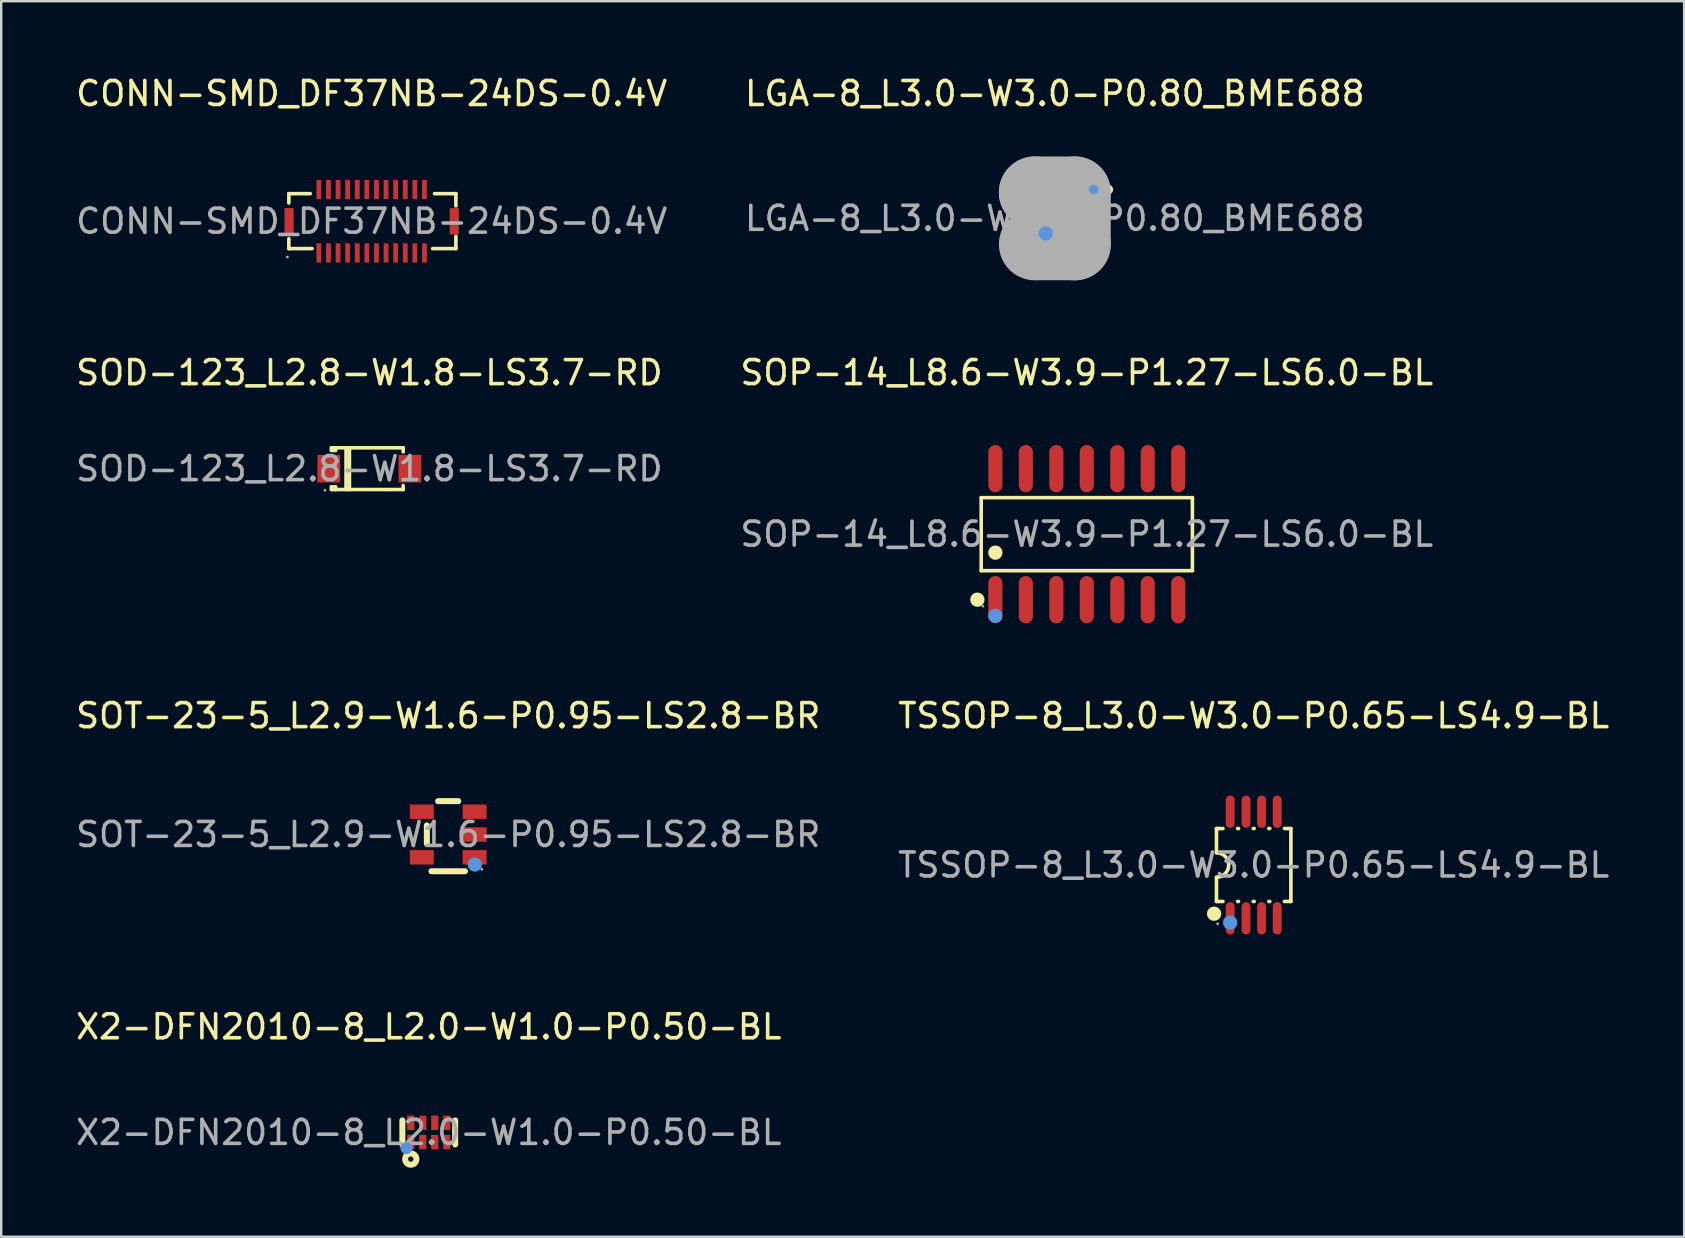
<source format=kicad_pcb>
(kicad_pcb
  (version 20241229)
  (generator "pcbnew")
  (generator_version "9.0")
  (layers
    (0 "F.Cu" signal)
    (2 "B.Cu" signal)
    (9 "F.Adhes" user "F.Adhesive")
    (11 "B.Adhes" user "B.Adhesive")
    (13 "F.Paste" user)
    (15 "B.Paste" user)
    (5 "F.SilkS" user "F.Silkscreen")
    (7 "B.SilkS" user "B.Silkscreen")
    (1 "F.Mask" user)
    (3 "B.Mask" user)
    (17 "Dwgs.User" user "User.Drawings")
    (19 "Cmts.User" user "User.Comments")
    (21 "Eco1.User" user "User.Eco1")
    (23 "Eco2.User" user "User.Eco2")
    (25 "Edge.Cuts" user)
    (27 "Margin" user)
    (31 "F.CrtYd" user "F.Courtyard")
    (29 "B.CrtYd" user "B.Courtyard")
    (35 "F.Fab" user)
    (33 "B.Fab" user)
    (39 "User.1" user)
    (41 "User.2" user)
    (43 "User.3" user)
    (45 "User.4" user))
  (footprint "LGA-8_L3.0-W3.0-P0.80_BME688"
    (layer "F.Cu")
    (at 40.899 6.048)
    (property "Reference" "LGA-8_L3.0-W3.0-P0.80_BME688" (at 0 -5.2 0) (layer "F.SilkS") (effects (font (size 1 1) (thickness 0.15))))
    (attr smd)
    (fp_line (start -1.58 -1.57) (end 1.58 -1.57) (stroke (width 0.15) (type solid)) (layer "F.SilkS"))
    (fp_line (start -1.58 1.58) (end 1.58 1.58) (stroke (width 0.15) (type solid)) (layer "F.SilkS"))
    (fp_circle (center -0.38 0.63) (end -0.13 0.63) (stroke (width 0.15) (type solid)) (fill no) (layer "F.SilkS"))
    (fp_circle (center 2.23 -1.2) (end 2.33 -1.2) (stroke (width 0.2) (type solid)) (fill no) (layer "F.SilkS"))
    (fp_circle (center -0.38 0.63) (end -0.23 0.63) (stroke (width 0.3) (type solid)) (fill no) (layer "Cmts.User"))
    (fp_circle (center 1.62 -1.2) (end 1.72 -1.2) (stroke (width 0.2) (type solid)) (fill no) (layer "Cmts.User"))
    (fp_line (start -0.83 -1.08) (end -0.83 -1.08) (stroke (width 3) (type solid)) (layer "F.Fab"))
    (fp_line (start -0.83 -1.08) (end 0.83 -1.08) (stroke (width 3) (type solid)) (layer "F.Fab"))
    (fp_line (start 0.83 -1.08) (end 0.83 1.08) (stroke (width 3) (type solid)) (layer "F.Fab"))
    (fp_line (start 0.83 1.08) (end -0.83 1.08) (stroke (width 3) (type solid)) (layer "F.Fab"))
    (fp_circle (center -1.5 -1.5) (end -1.47 -1.5) (stroke (width 0.06) (type solid)) (fill no) (layer "F.Fab"))
    (fp_text user "${REFERENCE}" (at 0 0 0) (layer "F.Fab") (effects (font (size 1 1) (thickness 0.15))))
    (pad "1" smd rect (at 1.42 -1.2 270) (size 0.45 0.89) (layers "F.Cu" "F.Mask" "F.Paste"))
    (pad "2" smd rect (at 1.42 -0.4 270) (size 0.45 0.89) (layers "F.Cu" "F.Mask" "F.Paste"))
    (pad "3" smd rect (at 1.42 0.4 270) (size 0.45 0.89) (layers "F.Cu" "F.Mask" "F.Paste"))
    (pad "4" smd rect (at 1.42 1.2 270) (size 0.45 0.89) (layers "F.Cu" "F.Mask" "F.Paste"))
    (pad "5" smd rect (at -1.42 1.2 270) (size 0.45 0.89) (layers "F.Cu" "F.Mask" "F.Paste"))
    (pad "6" smd rect (at -1.42 0.4 270) (size 0.45 0.89) (layers "F.Cu" "F.Mask" "F.Paste"))
    (pad "7" smd rect (at -1.42 -0.4 270) (size 0.45 0.89) (layers "F.Cu" "F.Mask" "F.Paste"))
    (pad "8" smd rect (at -1.42 -1.2 270) (size 0.45 0.89) (layers "F.Cu" "F.Mask" "F.Paste")))
  (footprint "X2-DFN2010-8_L2.0-W1.0-P0.50-BL"
    (layer "F.Cu")
    (at 14.815 44.133)
    (property "Reference" "X2-DFN2010-8_L2.0-W1.0-P0.50-BL" (at 0 -4.4 0) (layer "F.SilkS") (effects (font (size 1 1) (thickness 0.15))))
    (attr smd)
    (fp_line (start -1.1 -0.5) (end -1.1 0.5) (stroke (width 0.25) (type solid)) (layer "F.SilkS"))
    (fp_line (start 1.1 -0.5) (end 1.1 0.5) (stroke (width 0.25) (type solid)) (layer "F.SilkS"))
    (fp_circle (center -0.75 1.11) (end -0.64 1.11) (stroke (width 0.25) (type solid)) (fill no) (layer "F.SilkS"))
    (fp_circle (center -0.93 0.65) (end -0.8 0.65) (stroke (width 0.25) (type solid)) (fill no) (layer "Cmts.User"))
    (fp_circle (center -1 0.5) (end -0.97 0.5) (stroke (width 0.06) (type solid)) (fill no) (layer "F.Fab"))
    (fp_text user "${REFERENCE}" (at 0 0 0) (layer "F.Fab") (effects (font (size 1 1) (thickness 0.15))))
    (pad "1" smd rect (at -0.75 0.4) (size 0.3 0.6) (layers "F.Cu" "F.Mask" "F.Paste"))
    (pad "2" smd rect (at -0.25 0.4) (size 0.3 0.6) (layers "F.Cu" "F.Mask" "F.Paste"))
    (pad "3" smd rect (at 0.25 0.4) (size 0.3 0.6) (layers "F.Cu" "F.Mask" "F.Paste"))
    (pad "4" smd rect (at 0.75 0.4) (size 0.3 0.6) (layers "F.Cu" "F.Mask" "F.Paste"))
    (pad "5" smd rect (at 0.75 -0.4) (size 0.3 0.6) (layers "F.Cu" "F.Mask" "F.Paste"))
    (pad "6" smd rect (at 0.25 -0.4) (size 0.3 0.6) (layers "F.Cu" "F.Mask" "F.Paste"))
    (pad "7" smd rect (at -0.25 -0.4) (size 0.3 0.6) (layers "F.Cu" "F.Mask" "F.Paste"))
    (pad "8" smd rect (at -0.75 -0.4) (size 0.3 0.6) (layers "F.Cu" "F.Mask" "F.Paste")))
  (footprint "SOD-123_L2.8-W1.8-LS3.7-RD"
    (layer "F.Cu")
    (at 12.339 16.477)
    (property "Reference" "SOD-123_L2.8-W1.8-LS3.7-RD" (at 0 -4 0) (layer "F.SilkS") (effects (font (size 1 1) (thickness 0.15))))
    (attr smd)
    (fp_line (start -1.58 -0.87) (end -1.41 -0.87) (stroke (width 0.15) (type solid)) (layer "F.SilkS"))
    (fp_line (start -1.58 -0.76) (end -1.58 -0.87) (stroke (width 0.15) (type solid)) (layer "F.SilkS"))
    (fp_line (start -1.58 -0.76) (end -1.41 -0.76) (stroke (width 0.15) (type solid)) (layer "F.SilkS"))
    (fp_line (start -1.58 0.76) (end -1.41 0.76) (stroke (width 0.15) (type solid)) (layer "F.SilkS"))
    (fp_line (start -1.58 0.87) (end -1.58 0.76) (stroke (width 0.15) (type solid)) (layer "F.SilkS"))
    (fp_line (start -1.41 -0.87) (end -1.41 -0.76) (stroke (width 0.15) (type solid)) (layer "F.SilkS"))
    (fp_line (start -1.41 -0.87) (end 1.41 -0.87) (stroke (width 0.15) (type solid)) (layer "F.SilkS"))
    (fp_line (start -1.41 0.76) (end -1.41 0.87) (stroke (width 0.15) (type solid)) (layer "F.SilkS"))
    (fp_line (start -1.41 0.87) (end -1.58 0.87) (stroke (width 0.15) (type solid)) (layer "F.SilkS"))
    (fp_line (start -1.41 0.87) (end 1.41 0.87) (stroke (width 0.15) (type solid)) (layer "F.SilkS"))
    (fp_line (start -0.97 -0.87) (end -0.97 0.87) (stroke (width 0.15) (type solid)) (layer "F.SilkS"))
    (fp_line (start -0.83 -0.87) (end -0.83 0.87) (stroke (width 0.15) (type solid)) (layer "F.SilkS"))
    (fp_line (start 1.41 -0.87) (end 1.41 -0.7) (stroke (width 0.15) (type solid)) (layer "F.SilkS"))
    (fp_line (start 1.41 0.87) (end 1.41 0.7) (stroke (width 0.15) (type solid)) (layer "F.SilkS"))
    (fp_circle (center -1.85 0.9) (end -1.82 0.9) (stroke (width 0.06) (type solid)) (fill no) (layer "F.Fab"))
    (fp_text user "${REFERENCE}" (at 0 0 0) (layer "F.Fab") (effects (font (size 1 1) (thickness 0.15))))
    (pad "1" smd rect (at -1.69 0) (size 0.95 1.15) (layers "F.Cu" "F.Mask" "F.Paste"))
    (pad "2" smd rect (at 1.69 0) (size 0.95 1.15) (layers "F.Cu" "F.Mask" "F.Paste")))
  (footprint "CONN-SMD_DF37NB-24DS-0.4V"
    (layer "F.Cu")
    (at 12.435 6.168)
    (property "Reference" "CONN-SMD_DF37NB-24DS-0.4V" (at 0 -5.32 0) (layer "F.SilkS") (effects (font (size 1 1) (thickness 0.15))))
    (attr smd)
    (fp_line (start -3.45 -1.15) (end -3.45 -0.76) (stroke (width 0.15) (type solid)) (layer "F.SilkS"))
    (fp_line (start -3.45 0.73) (end -3.45 1.14) (stroke (width 0.15) (type solid)) (layer "F.SilkS"))
    (fp_line (start -3.45 1.14) (end -2.48 1.14) (stroke (width 0.15) (type solid)) (layer "F.SilkS"))
    (fp_line (start -2.56 -1.15) (end -3.45 -1.15) (stroke (width 0.15) (type solid)) (layer "F.SilkS"))
    (fp_line (start 2.62 -1.15) (end 3.51 -1.15) (stroke (width 0.15) (type solid)) (layer "F.SilkS"))
    (fp_line (start 3.51 -1.15) (end 3.51 -0.64) (stroke (width 0.15) (type solid)) (layer "F.SilkS"))
    (fp_line (start 3.51 0.63) (end 3.51 1.14) (stroke (width 0.15) (type solid)) (layer "F.SilkS"))
    (fp_line (start 3.51 1.14) (end 2.54 1.14) (stroke (width 0.15) (type solid)) (layer "F.SilkS"))
    (fp_circle (center -3.51 1.49) (end -3.48 1.49) (stroke (width 0.06) (type solid)) (fill no) (layer "F.Fab"))
    (fp_text user "${REFERENCE}" (at 0 0 0) (layer "F.Fab") (effects (font (size 1 1) (thickness 0.15))))
    (pad "1" smd rect (at -2.2 1.32) (size 0.2 0.8) (layers "F.Cu" "F.Mask" "F.Paste"))
    (pad "2" smd rect (at -2.2 -1.32) (size 0.2 0.8) (layers "F.Cu" "F.Mask" "F.Paste"))
    (pad "3" smd rect (at -1.8 1.32) (size 0.2 0.8) (layers "F.Cu" "F.Mask" "F.Paste"))
    (pad "4" smd rect (at -1.8 -1.32) (size 0.2 0.8) (layers "F.Cu" "F.Mask" "F.Paste"))
    (pad "5" smd rect (at -1.4 1.32) (size 0.2 0.8) (layers "F.Cu" "F.Mask" "F.Paste"))
    (pad "6" smd rect (at -1.4 -1.32) (size 0.2 0.8) (layers "F.Cu" "F.Mask" "F.Paste"))
    (pad "7" smd rect (at -1 1.32) (size 0.2 0.8) (layers "F.Cu" "F.Mask" "F.Paste"))
    (pad "8" smd rect (at -1 -1.32) (size 0.2 0.8) (layers "F.Cu" "F.Mask" "F.Paste"))
    (pad "9" smd rect (at -0.6 1.32) (size 0.2 0.8) (layers "F.Cu" "F.Mask" "F.Paste"))
    (pad "10" smd rect (at -0.6 -1.32) (size 0.2 0.8) (layers "F.Cu" "F.Mask" "F.Paste"))
    (pad "11" smd rect (at -0.2 1.32) (size 0.2 0.8) (layers "F.Cu" "F.Mask" "F.Paste"))
    (pad "12" smd rect (at -0.2 -1.32) (size 0.2 0.8) (layers "F.Cu" "F.Mask" "F.Paste"))
    (pad "13" smd rect (at 0.2 1.32) (size 0.2 0.8) (layers "F.Cu" "F.Mask" "F.Paste"))
    (pad "14" smd rect (at 0.2 -1.32) (size 0.2 0.8) (layers "F.Cu" "F.Mask" "F.Paste"))
    (pad "15" smd rect (at 0.6 1.32) (size 0.2 0.8) (layers "F.Cu" "F.Mask" "F.Paste"))
    (pad "16" smd rect (at 0.6 -1.32) (size 0.2 0.8) (layers "F.Cu" "F.Mask" "F.Paste"))
    (pad "17" smd rect (at 1 1.32) (size 0.2 0.8) (layers "F.Cu" "F.Mask" "F.Paste"))
    (pad "18" smd rect (at 1 -1.32) (size 0.2 0.8) (layers "F.Cu" "F.Mask" "F.Paste"))
    (pad "19" smd rect (at 1.4 1.32) (size 0.2 0.8) (layers "F.Cu" "F.Mask" "F.Paste"))
    (pad "20" smd rect (at 1.4 -1.32) (size 0.2 0.8) (layers "F.Cu" "F.Mask" "F.Paste"))
    (pad "21" smd rect (at 1.8 1.32) (size 0.2 0.8) (layers "F.Cu" "F.Mask" "F.Paste"))
    (pad "22" smd rect (at 1.8 -1.32) (size 0.2 0.8) (layers "F.Cu" "F.Mask" "F.Paste"))
    (pad "23" smd rect (at 2.2 1.32) (size 0.2 0.8) (layers "F.Cu" "F.Mask" "F.Paste"))
    (pad "24" smd rect (at 2.2 -1.32) (size 0.2 0.8) (layers "F.Cu" "F.Mask" "F.Paste"))
    (pad "25" smd rect (at 3.44 0) (size 0.38 1.1) (layers "F.Cu" "F.Mask" "F.Paste"))
    (pad "26" smd rect (at -3.44 0) (size 0.38 1.1) (layers "F.Cu" "F.Mask" "F.Paste")))
  (footprint "TSSOP-8_L3.0-W3.0-P0.65-LS4.9-BL"
    (layer "F.Cu")
    (at 49.185 32.99)
    (property "Reference" "TSSOP-8_L3.0-W3.0-P0.65-LS4.9-BL" (at 0 -6.22 0) (layer "F.SilkS") (effects (font (size 1 1) (thickness 0.15))))
    (attr smd)
    (fp_line (start -1.55 -1.52) (end -1.28 -1.52) (stroke (width 0.15) (type solid)) (layer "F.SilkS"))
    (fp_line (start -1.55 -0.51) (end -1.55 -1.52) (stroke (width 0.15) (type solid)) (layer "F.SilkS"))
    (fp_line (start -1.55 1.52) (end -1.55 0.51) (stroke (width 0.15) (type solid)) (layer "F.SilkS"))
    (fp_line (start -1.55 1.52) (end -1.28 1.52) (stroke (width 0.15) (type solid)) (layer "F.SilkS"))
    (fp_line (start -0.67 -1.52) (end -0.63 -1.52) (stroke (width 0.15) (type solid)) (layer "F.SilkS"))
    (fp_line (start -0.67 1.52) (end -0.63 1.52) (stroke (width 0.15) (type solid)) (layer "F.SilkS"))
    (fp_line (start -0.02 -1.52) (end 0.02 -1.52) (stroke (width 0.15) (type solid)) (layer "F.SilkS"))
    (fp_line (start -0.02 1.52) (end 0.02 1.52) (stroke (width 0.15) (type solid)) (layer "F.SilkS"))
    (fp_line (start 0.63 -1.52) (end 0.67 -1.52) (stroke (width 0.15) (type solid)) (layer "F.SilkS"))
    (fp_line (start 0.63 1.52) (end 0.67 1.52) (stroke (width 0.15) (type solid)) (layer "F.SilkS"))
    (fp_line (start 1.28 -1.52) (end 1.55 -1.52) (stroke (width 0.15) (type solid)) (layer "F.SilkS"))
    (fp_line (start 1.28 1.52) (end 1.55 1.52) (stroke (width 0.15) (type solid)) (layer "F.SilkS"))
    (fp_line (start 1.55 -1.52) (end 1.55 1.52) (stroke (width 0.15) (type solid)) (layer "F.SilkS"))
    (fp_arc (start -1.55 -0.51) (mid -1.04 0) (end -1.55 0.51) (stroke (width 0.15) (type solid)) (layer "F.SilkS"))
    (fp_circle (center -1.65 2.03) (end -1.5 2.03) (stroke (width 0.3) (type solid)) (fill no) (layer "F.SilkS"))
    (fp_circle (center -0.98 2.4) (end -0.83 2.4) (stroke (width 0.3) (type solid)) (fill no) (layer "Cmts.User"))
    (fp_circle (center -1.5 2.45) (end -1.47 2.45) (stroke (width 0.06) (type solid)) (fill no) (layer "F.Fab"))
    (fp_text user "${REFERENCE}" (at 0 0 0) (layer "F.Fab") (effects (font (size 1 1) (thickness 0.15))))
    (pad "1" smd oval (at -0.98 2.22) (size 0.37 1.35) (layers "F.Cu" "F.Mask" "F.Paste"))
    (pad "2" smd oval (at -0.32 2.22) (size 0.37 1.35) (layers "F.Cu" "F.Mask" "F.Paste"))
    (pad "3" smd oval (at 0.33 2.22) (size 0.37 1.35) (layers "F.Cu" "F.Mask" "F.Paste"))
    (pad "4" smd oval (at 0.98 2.22) (size 0.37 1.35) (layers "F.Cu" "F.Mask" "F.Paste"))
    (pad "5" smd oval (at 0.98 -2.22) (size 0.37 1.35) (layers "F.Cu" "F.Mask" "F.Paste"))
    (pad "6" smd oval (at 0.33 -2.22) (size 0.37 1.35) (layers "F.Cu" "F.Mask" "F.Paste"))
    (pad "7" smd oval (at -0.32 -2.22) (size 0.37 1.35) (layers "F.Cu" "F.Mask" "F.Paste"))
    (pad "8" smd oval (at -0.98 -2.22) (size 0.37 1.35) (layers "F.Cu" "F.Mask" "F.Paste")))
  (footprint "SOT-23-5_L2.9-W1.6-P0.95-LS2.8-BR"
    (layer "F.Cu")
    (at 15.625 31.72)
    (property "Reference" "SOT-23-5_L2.9-W1.6-P0.95-LS2.8-BR" (at 0 -4.95 0) (layer "F.SilkS") (effects (font (size 1 1) (thickness 0.15))))
    (attr smd)
    (fp_line (start -0.89 0.38) (end -0.89 -0.38) (stroke (width 0.25) (type solid)) (layer "F.SilkS"))
    (fp_line (start -0.7 1.53) (end 0.7 1.53) (stroke (width 0.25) (type solid)) (layer "F.SilkS"))
    (fp_line (start -0.42 -1.39) (end 0.42 -1.39) (stroke (width 0.25) (type solid)) (layer "F.SilkS"))
    (fp_circle (center 1.11 1.25) (end 1.26 1.25) (stroke (width 0.3) (type solid)) (fill no) (layer "Cmts.User"))
    (fp_circle (center 1.4 1.45) (end 1.43 1.45) (stroke (width 0.06) (type solid)) (fill no) (layer "F.Fab"))
    (fp_text user "${REFERENCE}" (at 0 0 0) (layer "F.Fab") (effects (font (size 1 1) (thickness 0.15))))
    (pad "1" smd rect (at 1.1 0.95 90) (size 0.6 1) (layers "F.Cu" "F.Mask" "F.Paste"))
    (pad "2" smd rect (at 1.1 0 90) (size 0.6 1) (layers "F.Cu" "F.Mask" "F.Paste"))
    (pad "3" smd rect (at 1.1 -0.95 90) (size 0.6 1) (layers "F.Cu" "F.Mask" "F.Paste"))
    (pad "4" smd rect (at -1.1 -0.95 90) (size 0.6 1) (layers "F.Cu" "F.Mask" "F.Paste"))
    (pad "5" smd rect (at -1.1 0.95 90) (size 0.6 1) (layers "F.Cu" "F.Mask" "F.Paste")))
  (footprint "SOP-14_L8.6-W3.9-P1.27-LS6.0-BL"
    (layer "F.Cu")
    (at 42.232 19.206)
    (property "Reference" "SOP-14_L8.6-W3.9-P1.27-LS6.0-BL" (at 0 -6.73 0) (layer "F.SilkS") (effects (font (size 1 1) (thickness 0.15))))
    (attr smd)
    (fp_line (start -4.4 -1.52) (end 4.4 -1.52) (stroke (width 0.15) (type solid)) (layer "F.SilkS"))
    (fp_line (start -4.4 1.52) (end -4.4 -1.52) (stroke (width 0.15) (type solid)) (layer "F.SilkS"))
    (fp_line (start 4.4 -1.52) (end 4.4 1.52) (stroke (width 0.15) (type solid)) (layer "F.SilkS"))
    (fp_line (start 4.4 1.52) (end -4.4 1.52) (stroke (width 0.15) (type solid)) (layer "F.SilkS"))
    (fp_circle (center -4.56 2.73) (end -4.41 2.73) (stroke (width 0.3) (type solid)) (fill no) (layer "F.SilkS"))
    (fp_circle (center -3.81 0.77) (end -3.66 0.77) (stroke (width 0.3) (type solid)) (fill no) (layer "F.SilkS"))
    (fp_circle (center -3.81 3.4) (end -3.66 3.4) (stroke (width 0.3) (type solid)) (fill no) (layer "Cmts.User"))
    (fp_circle (center -4.33 3) (end -4.3 3) (stroke (width 0.06) (type solid)) (fill no) (layer "F.Fab"))
    (fp_text user "${REFERENCE}" (at 0 0 0) (layer "F.Fab") (effects (font (size 1 1) (thickness 0.15))))
    (pad "1" smd oval (at -3.81 2.73) (size 0.59 1.97) (layers "F.Cu" "F.Mask" "F.Paste"))
    (pad "2" smd oval (at -2.54 2.73) (size 0.59 1.97) (layers "F.Cu" "F.Mask" "F.Paste"))
    (pad "3" smd oval (at -1.27 2.73) (size 0.59 1.97) (layers "F.Cu" "F.Mask" "F.Paste"))
    (pad "4" smd oval (at 0 2.73) (size 0.59 1.97) (layers "F.Cu" "F.Mask" "F.Paste"))
    (pad "5" smd oval (at 1.27 2.73) (size 0.59 1.97) (layers "F.Cu" "F.Mask" "F.Paste"))
    (pad "6" smd oval (at 2.54 2.73) (size 0.59 1.97) (layers "F.Cu" "F.Mask" "F.Paste"))
    (pad "7" smd oval (at 3.81 2.73) (size 0.59 1.97) (layers "F.Cu" "F.Mask" "F.Paste"))
    (pad "8" smd oval (at 3.81 -2.73) (size 0.59 1.97) (layers "F.Cu" "F.Mask" "F.Paste"))
    (pad "9" smd oval (at 2.54 -2.73) (size 0.59 1.97) (layers "F.Cu" "F.Mask" "F.Paste"))
    (pad "10" smd oval (at 1.27 -2.73) (size 0.59 1.97) (layers "F.Cu" "F.Mask" "F.Paste"))
    (pad "11" smd oval (at 0 -2.73) (size 0.59 1.97) (layers "F.Cu" "F.Mask" "F.Paste"))
    (pad "12" smd oval (at -1.27 -2.73) (size 0.59 1.97) (layers "F.Cu" "F.Mask" "F.Paste"))
    (pad "13" smd oval (at -2.54 -2.73) (size 0.59 1.97) (layers "F.Cu" "F.Mask" "F.Paste"))
    (pad "14" smd oval (at -3.81 -2.73) (size 0.59 1.97) (layers "F.Cu" "F.Mask" "F.Paste")))
  (gr_rect
    (start -3 -3)
    (end 67.119 48.478)
    (stroke (width 0.1) (type default))
    (fill no)
    (layer "Edge.Cuts")))
</source>
